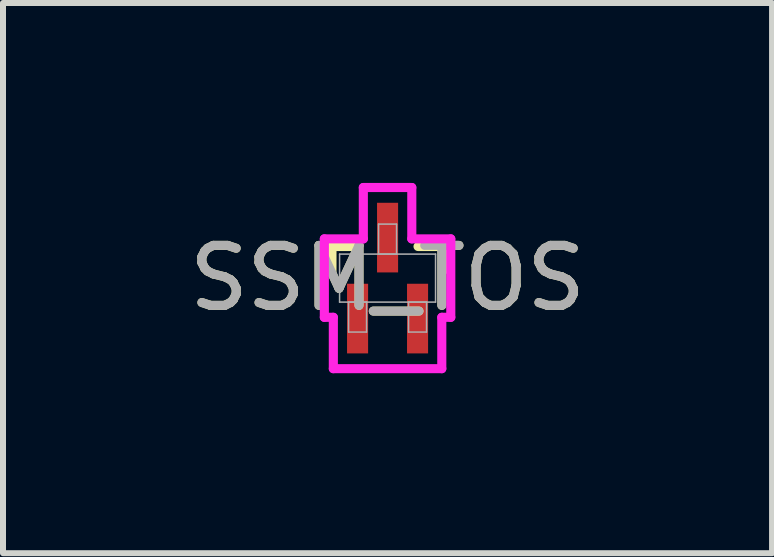
<source format=kicad_pcb>
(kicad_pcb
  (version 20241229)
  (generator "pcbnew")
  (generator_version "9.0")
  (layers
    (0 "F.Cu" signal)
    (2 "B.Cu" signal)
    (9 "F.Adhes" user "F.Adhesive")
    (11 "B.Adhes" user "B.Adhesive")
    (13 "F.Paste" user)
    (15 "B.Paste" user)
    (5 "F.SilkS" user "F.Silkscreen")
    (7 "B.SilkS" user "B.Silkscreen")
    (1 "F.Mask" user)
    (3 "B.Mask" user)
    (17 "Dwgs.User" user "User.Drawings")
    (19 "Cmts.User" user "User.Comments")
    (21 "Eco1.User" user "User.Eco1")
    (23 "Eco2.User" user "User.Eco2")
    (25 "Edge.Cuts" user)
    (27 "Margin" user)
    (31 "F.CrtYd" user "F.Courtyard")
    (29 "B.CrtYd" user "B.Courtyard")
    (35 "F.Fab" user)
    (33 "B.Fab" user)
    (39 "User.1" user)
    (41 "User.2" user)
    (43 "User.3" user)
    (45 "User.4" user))
  (footprint "SSM_TOS"
    (layer "F.Cu")
    (at 3.411 1.586)
    (property "Reference" "SSM_TOS" (at 0 0 0) (unlocked yes) (layer "F.SilkS") (effects (font (size 1 1) (thickness 0.15))))
    (attr smd)
    (fp_line (start -0.927 -0.527) (end -0.927 -0.123) (stroke (width 0.152) (type solid)) (layer "F.SilkS"))
    (fp_line (start -0.508 -0.527) (end -0.927 -0.527) (stroke (width 0.152) (type solid)) (layer "F.SilkS"))
    (fp_line (start 0.927 -0.527) (end 0.508 -0.527) (stroke (width 0.152) (type solid)) (layer "F.SilkS"))
    (fp_line (start 0.927 -0.123) (end 0.927 -0.527) (stroke (width 0.152) (type solid)) (layer "F.SilkS"))
    (fp_line (start -1.054 -0.654) (end -0.404 -0.654) (stroke (width 0.152) (type solid)) (layer "F.CrtYd"))
    (fp_line (start -1.054 0.654) (end -1.054 -0.654) (stroke (width 0.152) (type solid)) (layer "F.CrtYd"))
    (fp_line (start -1.054 0.654) (end -0.904 0.654) (stroke (width 0.152) (type solid)) (layer "F.CrtYd"))
    (fp_line (start -0.904 0.654) (end -0.904 1.51) (stroke (width 0.152) (type solid)) (layer "F.CrtYd"))
    (fp_line (start -0.904 1.51) (end 0.904 1.51) (stroke (width 0.152) (type solid)) (layer "F.CrtYd"))
    (fp_line (start -0.404 -1.51) (end 0.404 -1.51) (stroke (width 0.152) (type solid)) (layer "F.CrtYd"))
    (fp_line (start -0.404 -0.654) (end -0.404 -1.51) (stroke (width 0.152) (type solid)) (layer "F.CrtYd"))
    (fp_line (start 0.404 -0.654) (end 0.404 -1.51) (stroke (width 0.152) (type solid)) (layer "F.CrtYd"))
    (fp_line (start 0.904 0.654) (end 0.904 1.51) (stroke (width 0.152) (type solid)) (layer "F.CrtYd"))
    (fp_line (start 1.054 -0.654) (end 0.404 -0.654) (stroke (width 0.152) (type solid)) (layer "F.CrtYd"))
    (fp_line (start 1.054 -0.654) (end 1.054 0.654) (stroke (width 0.152) (type solid)) (layer "F.CrtYd"))
    (fp_line (start 1.054 0.654) (end 0.904 0.654) (stroke (width 0.152) (type solid)) (layer "F.CrtYd"))
    (fp_line (start -0.8 -0.4) (end -0.8 0.4) (stroke (width 0.025) (type solid)) (layer "F.Fab"))
    (fp_line (start -0.8 0.4) (end 0.8 0.4) (stroke (width 0.025) (type solid)) (layer "F.Fab"))
    (fp_line (start -0.65 0.4) (end -0.65 0.9) (stroke (width 0.025) (type solid)) (layer "F.Fab"))
    (fp_line (start -0.65 0.9) (end -0.35 0.9) (stroke (width 0.025) (type solid)) (layer "F.Fab"))
    (fp_line (start -0.35 0.4) (end -0.65 0.4) (stroke (width 0.025) (type solid)) (layer "F.Fab"))
    (fp_line (start -0.35 0.9) (end -0.35 0.4) (stroke (width 0.025) (type solid)) (layer "F.Fab"))
    (fp_line (start -0.15 -0.9) (end -0.15 -0.4) (stroke (width 0.025) (type solid)) (layer "F.Fab"))
    (fp_line (start -0.15 -0.4) (end 0.15 -0.4) (stroke (width 0.025) (type solid)) (layer "F.Fab"))
    (fp_line (start 0.15 -0.9) (end -0.15 -0.9) (stroke (width 0.025) (type solid)) (layer "F.Fab"))
    (fp_line (start 0.15 -0.4) (end 0.15 -0.9) (stroke (width 0.025) (type solid)) (layer "F.Fab"))
    (fp_line (start 0.35 0.4) (end 0.35 0.9) (stroke (width 0.025) (type solid)) (layer "F.Fab"))
    (fp_line (start 0.35 0.9) (end 0.65 0.9) (stroke (width 0.025) (type solid)) (layer "F.Fab"))
    (fp_line (start 0.65 0.4) (end 0.35 0.4) (stroke (width 0.025) (type solid)) (layer "F.Fab"))
    (fp_line (start 0.65 0.9) (end 0.65 0.4) (stroke (width 0.025) (type solid)) (layer "F.Fab"))
    (fp_line (start 0.8 -0.4) (end -0.8 -0.4) (stroke (width 0.025) (type solid)) (layer "F.Fab"))
    (fp_line (start 0.8 0.4) (end 0.8 -0.4) (stroke (width 0.025) (type solid)) (layer "F.Fab"))
    (fp_circle (center -0.5 0.146) (end -0.5 0.146) (stroke (width 0.025) (type solid)) (fill no) (layer "F.Fab"))
    (fp_text user "${REFERENCE}" (at 0 0 0) (unlocked yes) (layer "F.Fab") (effects (font (size 1 1) (thickness 0.15))))
    (pad "1" smd rect (at -0.5 0.675) (size 0.351 1.161) (layers "F.Cu" "F.Mask" "F.Paste"))
    (pad "2" smd rect (at 0.5 0.675) (size 0.351 1.161) (layers "F.Cu" "F.Mask" "F.Paste"))
    (pad "3" smd rect (at 0 -0.675) (size 0.351 1.161) (layers "F.Cu" "F.Mask" "F.Paste")))
  (gr_rect
    (start -3 -3)
    (end 9.821 6.172)
    (stroke (width 0.1) (type default))
    (fill no)
    (layer "Edge.Cuts")))
</source>
